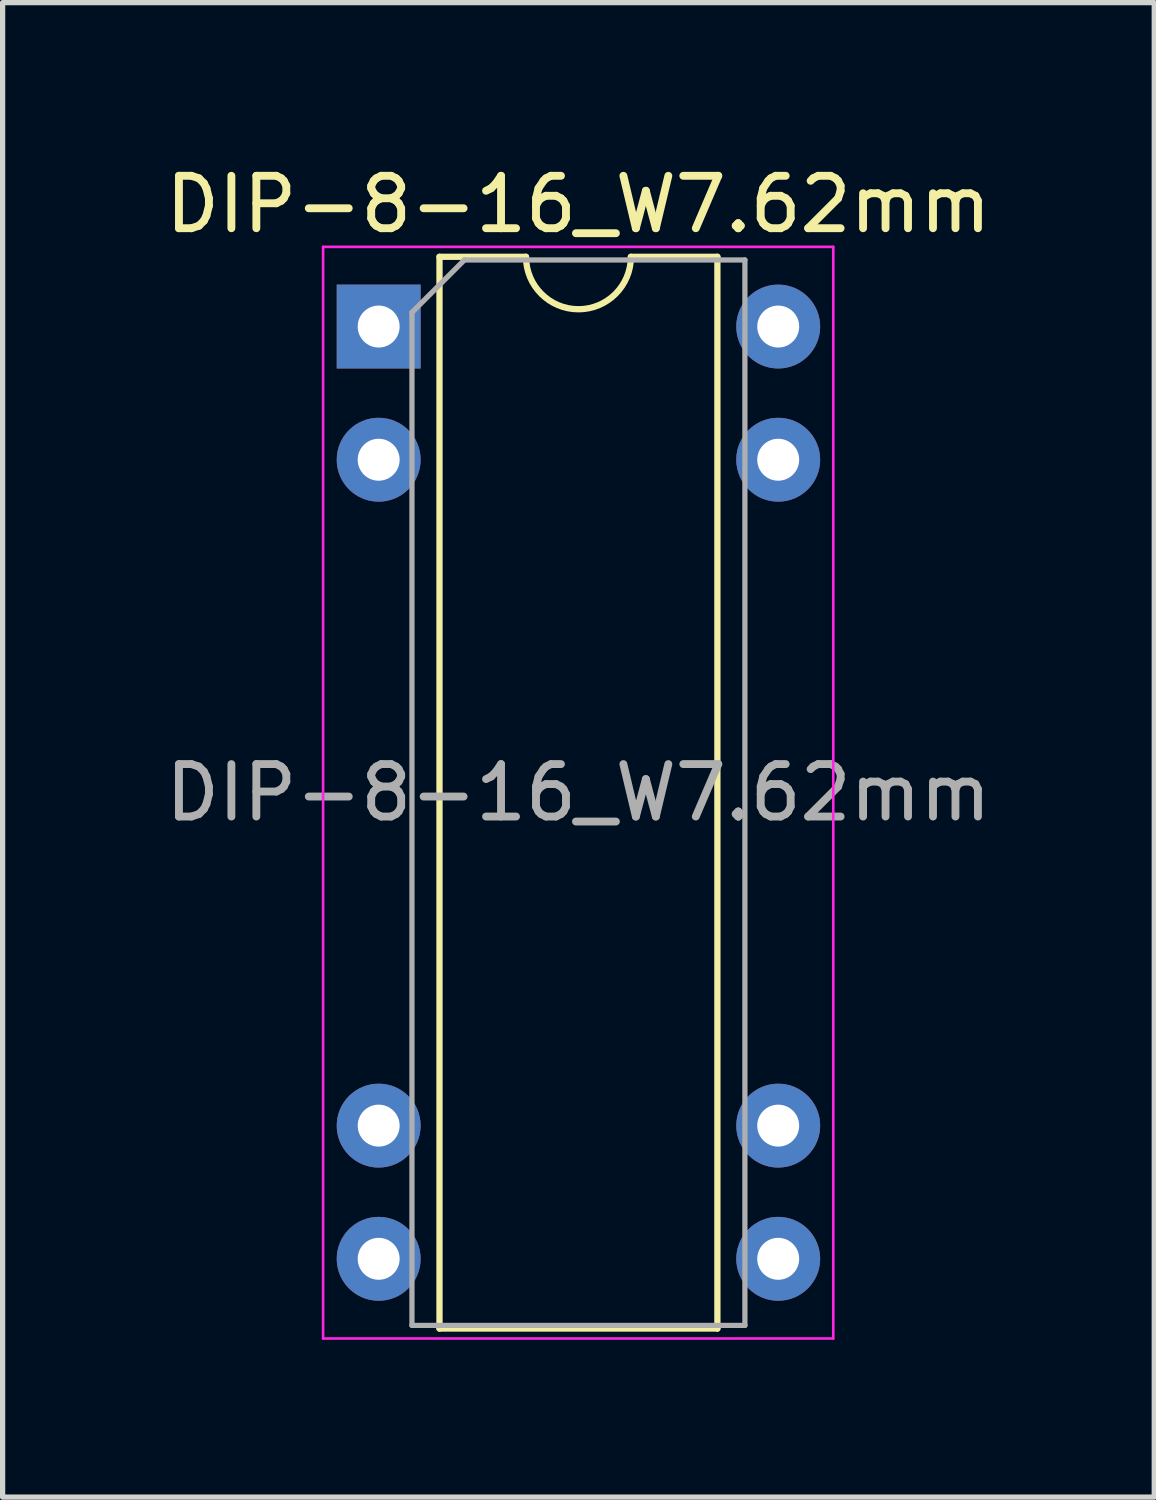
<source format=kicad_pcb>
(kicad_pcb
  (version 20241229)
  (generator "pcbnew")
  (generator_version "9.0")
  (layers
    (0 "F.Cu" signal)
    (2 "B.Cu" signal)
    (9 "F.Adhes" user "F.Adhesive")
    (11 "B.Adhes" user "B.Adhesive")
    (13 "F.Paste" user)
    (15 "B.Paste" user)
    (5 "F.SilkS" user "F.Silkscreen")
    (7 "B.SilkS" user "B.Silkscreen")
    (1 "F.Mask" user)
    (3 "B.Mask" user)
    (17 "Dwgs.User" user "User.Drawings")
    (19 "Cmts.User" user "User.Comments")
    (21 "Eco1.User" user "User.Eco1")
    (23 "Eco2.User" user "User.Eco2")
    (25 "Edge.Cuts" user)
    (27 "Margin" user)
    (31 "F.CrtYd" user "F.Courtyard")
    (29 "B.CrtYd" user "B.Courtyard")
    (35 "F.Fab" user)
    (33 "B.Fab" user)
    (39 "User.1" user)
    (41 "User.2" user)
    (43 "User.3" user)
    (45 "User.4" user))
  (footprint "DIP-8-16_W7.62mm"
    (layer "F.Cu")
    (at 4.172 3.178)
    (property "Reference" "DIP-8-16_W7.62mm" (at 3.81 -2.33 0) (layer "F.SilkS") (effects (font (size 1 1) (thickness 0.15))))
    (attr through_hole)
    (fp_line (start 1.16 -1.33) (end 1.16 19.11) (stroke (width 0.12) (type solid)) (layer "F.SilkS"))
    (fp_line (start 1.16 19.11) (end 6.46 19.11) (stroke (width 0.12) (type solid)) (layer "F.SilkS"))
    (fp_line (start 2.81 -1.33) (end 1.16 -1.33) (stroke (width 0.12) (type solid)) (layer "F.SilkS"))
    (fp_line (start 6.46 -1.33) (end 4.81 -1.33) (stroke (width 0.12) (type solid)) (layer "F.SilkS"))
    (fp_line (start 6.46 19.11) (end 6.46 -1.33) (stroke (width 0.12) (type solid)) (layer "F.SilkS"))
    (fp_arc (start 4.81 -1.33) (mid 3.81 -0.33) (end 2.81 -1.33) (stroke (width 0.12) (type solid)) (layer "F.SilkS"))
    (fp_line (start -1.06 -1.52) (end -1.06 19.3) (stroke (width 0.05) (type solid)) (layer "F.CrtYd"))
    (fp_line (start -1.06 19.3) (end 8.67 19.3) (stroke (width 0.05) (type solid)) (layer "F.CrtYd"))
    (fp_line (start 8.67 -1.52) (end -1.06 -1.52) (stroke (width 0.05) (type solid)) (layer "F.CrtYd"))
    (fp_line (start 8.67 19.3) (end 8.67 -1.52) (stroke (width 0.05) (type solid)) (layer "F.CrtYd"))
    (fp_line (start 0.635 -0.27) (end 1.635 -1.27) (stroke (width 0.1) (type solid)) (layer "F.Fab"))
    (fp_line (start 0.635 19.05) (end 0.635 -0.27) (stroke (width 0.1) (type solid)) (layer "F.Fab"))
    (fp_line (start 1.635 -1.27) (end 6.985 -1.27) (stroke (width 0.1) (type solid)) (layer "F.Fab"))
    (fp_line (start 6.985 -1.27) (end 6.985 19.05) (stroke (width 0.1) (type solid)) (layer "F.Fab"))
    (fp_line (start 6.985 19.05) (end 0.635 19.05) (stroke (width 0.1) (type solid)) (layer "F.Fab"))
    (fp_text user "${REFERENCE}" (at 3.81 8.89 0) (layer "F.Fab") (effects (font (size 1 1) (thickness 0.15))))
    (pad "1" thru_hole rect (at 0 0) (size 1.6 1.6) (drill 0.8) (layers "*.Cu" "*.Mask"))
    (pad "2" thru_hole circle (at 0 2.54) (size 1.6 1.6) (drill 0.8) (layers "*.Cu" "*.Mask"))
    (pad "3" thru_hole circle (at 0 15.24) (size 1.6 1.6) (drill 0.8) (layers "*.Cu" "*.Mask"))
    (pad "4" thru_hole circle (at 0 17.78) (size 1.6 1.6) (drill 0.8) (layers "*.Cu" "*.Mask"))
    (pad "5" thru_hole circle (at 7.62 17.78) (size 1.6 1.6) (drill 0.8) (layers "*.Cu" "*.Mask"))
    (pad "6" thru_hole circle (at 7.62 15.24) (size 1.6 1.6) (drill 0.8) (layers "*.Cu" "*.Mask"))
    (pad "7" thru_hole circle (at 7.62 2.54) (size 1.6 1.6) (drill 0.8) (layers "*.Cu" "*.Mask"))
    (pad "8" thru_hole circle (at 7.62 0) (size 1.6 1.6) (drill 0.8) (layers "*.Cu" "*.Mask")))
  (gr_rect
    (start -3 -3)
    (end 18.964 25.503)
    (stroke (width 0.1) (type default))
    (fill no)
    (layer "Edge.Cuts")))
</source>
